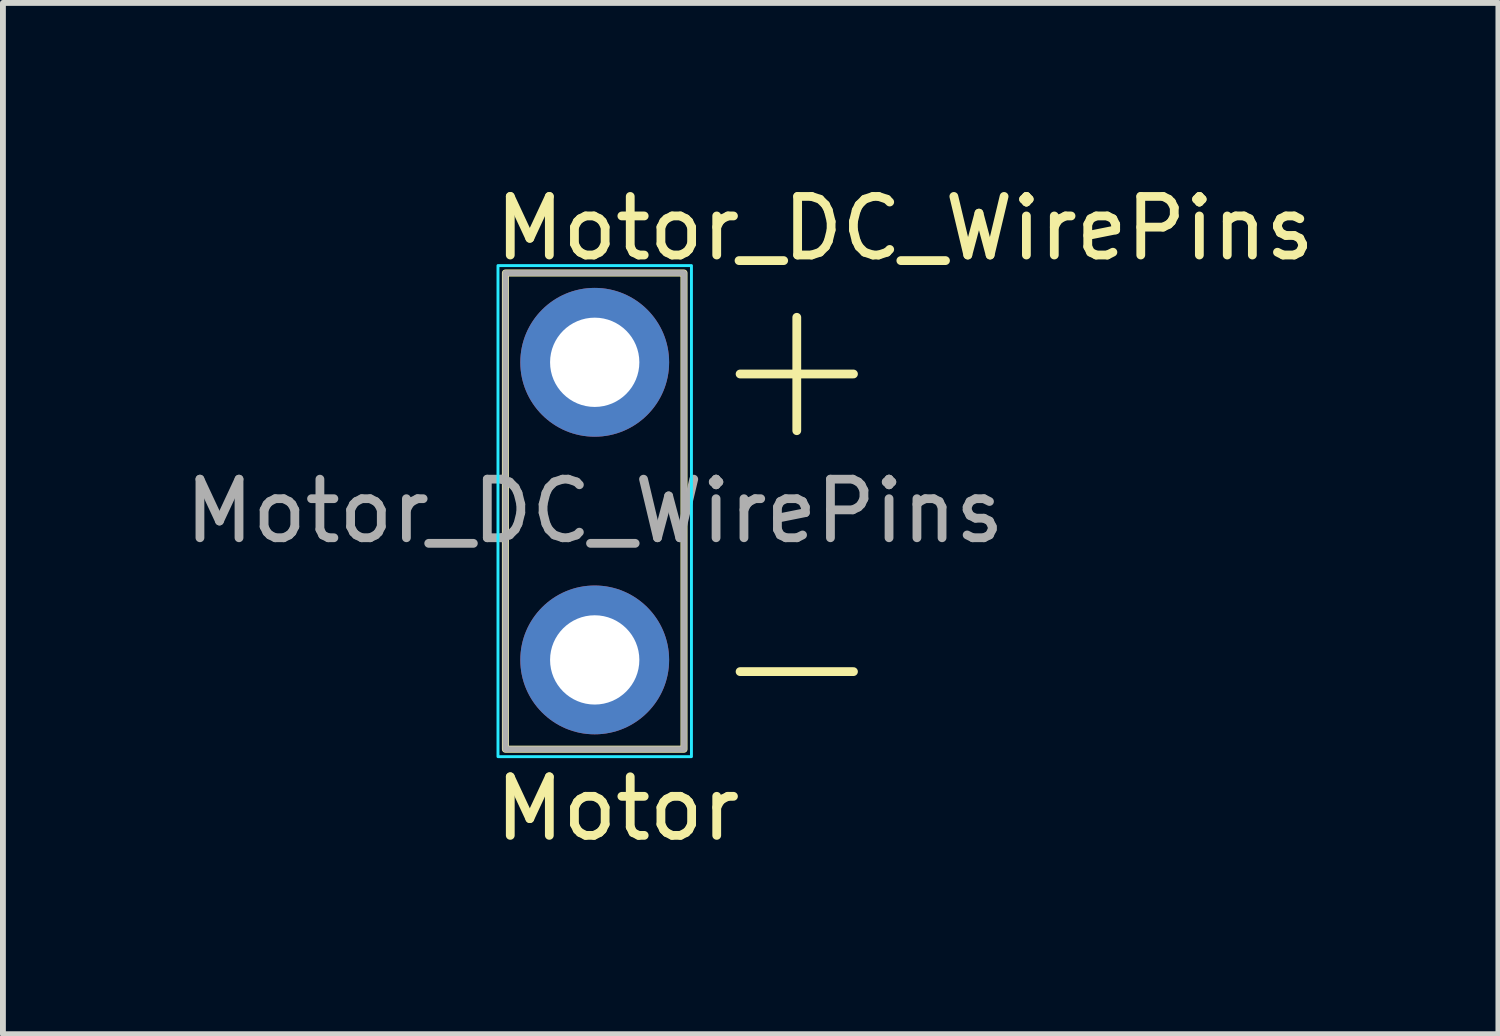
<source format=kicad_pcb>
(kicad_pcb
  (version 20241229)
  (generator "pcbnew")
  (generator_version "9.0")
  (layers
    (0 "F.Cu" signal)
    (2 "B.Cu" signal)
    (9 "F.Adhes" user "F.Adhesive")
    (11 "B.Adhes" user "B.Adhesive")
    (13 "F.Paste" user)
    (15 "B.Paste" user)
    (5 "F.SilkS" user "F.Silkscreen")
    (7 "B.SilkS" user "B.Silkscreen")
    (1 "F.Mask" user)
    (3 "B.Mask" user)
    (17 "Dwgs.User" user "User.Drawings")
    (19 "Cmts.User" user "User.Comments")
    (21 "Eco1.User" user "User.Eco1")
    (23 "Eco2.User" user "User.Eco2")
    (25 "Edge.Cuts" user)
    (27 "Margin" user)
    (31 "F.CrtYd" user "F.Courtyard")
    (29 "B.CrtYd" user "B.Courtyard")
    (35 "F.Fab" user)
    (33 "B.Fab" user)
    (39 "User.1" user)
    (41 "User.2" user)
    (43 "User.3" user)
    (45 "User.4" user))
  (footprint "Motor_DC_WirePins"
    (layer "F.Cu")
    (at 7.101 3.134)
    (property "Reference" "Motor_DC_WirePins" (at -1.778 -2.286 0) (unlocked yes) (layer "F.SilkS") (effects (font (size 1 1) (thickness 0.15)) (justify left)))
    (attr through_hole)
    (fp_rect (start -1.524 -1.524) (end 1.524 6.604) (stroke (width 0.12) (type solid)) (fill no) (layer "F.SilkS"))
    (fp_rect (start -1.651 -1.651) (end 1.651 6.731) (stroke (width 0.05) (type solid)) (fill no) (layer "B.CrtYd"))
    (fp_rect (start -1.524 -1.524) (end 1.524 6.604) (stroke (width 0.1) (type solid)) (fill no) (layer "F.Fab"))
    (fp_text user "-" (at 1.778 5.08 0) (unlocked yes) (layer "F.SilkS") (effects (font (size 2.54 2.54) (thickness 0.15)) (justify left)))
    (fp_text user "Motor" (at -1.778 7.62 0) (unlocked yes) (layer "F.SilkS") (effects (font (size 1 1) (thickness 0.15)) (justify left)))
    (fp_text user "+" (at 1.778 0 0) (unlocked yes) (layer "F.SilkS") (effects (font (size 2.54 2.54) (thickness 0.15)) (justify left)))
    (fp_text user "${REFERENCE}" (at 0 2.54 0) (unlocked yes) (layer "F.Fab") (effects (font (size 1 1) (thickness 0.15))))
    (pad "1" thru_hole circle (at 0 0) (size 2.54 2.54) (drill 1.524) (layers "*.Cu" "*.Mask"))
    (pad "2" thru_hole circle (at 0 5.08) (size 2.54 2.54) (drill 1.524) (layers "*.Cu" "*.Mask")))
  (gr_rect
    (start -3 -3)
    (end 22.526 14.602)
    (stroke (width 0.1) (type default))
    (fill no)
    (layer "Edge.Cuts")))
</source>
